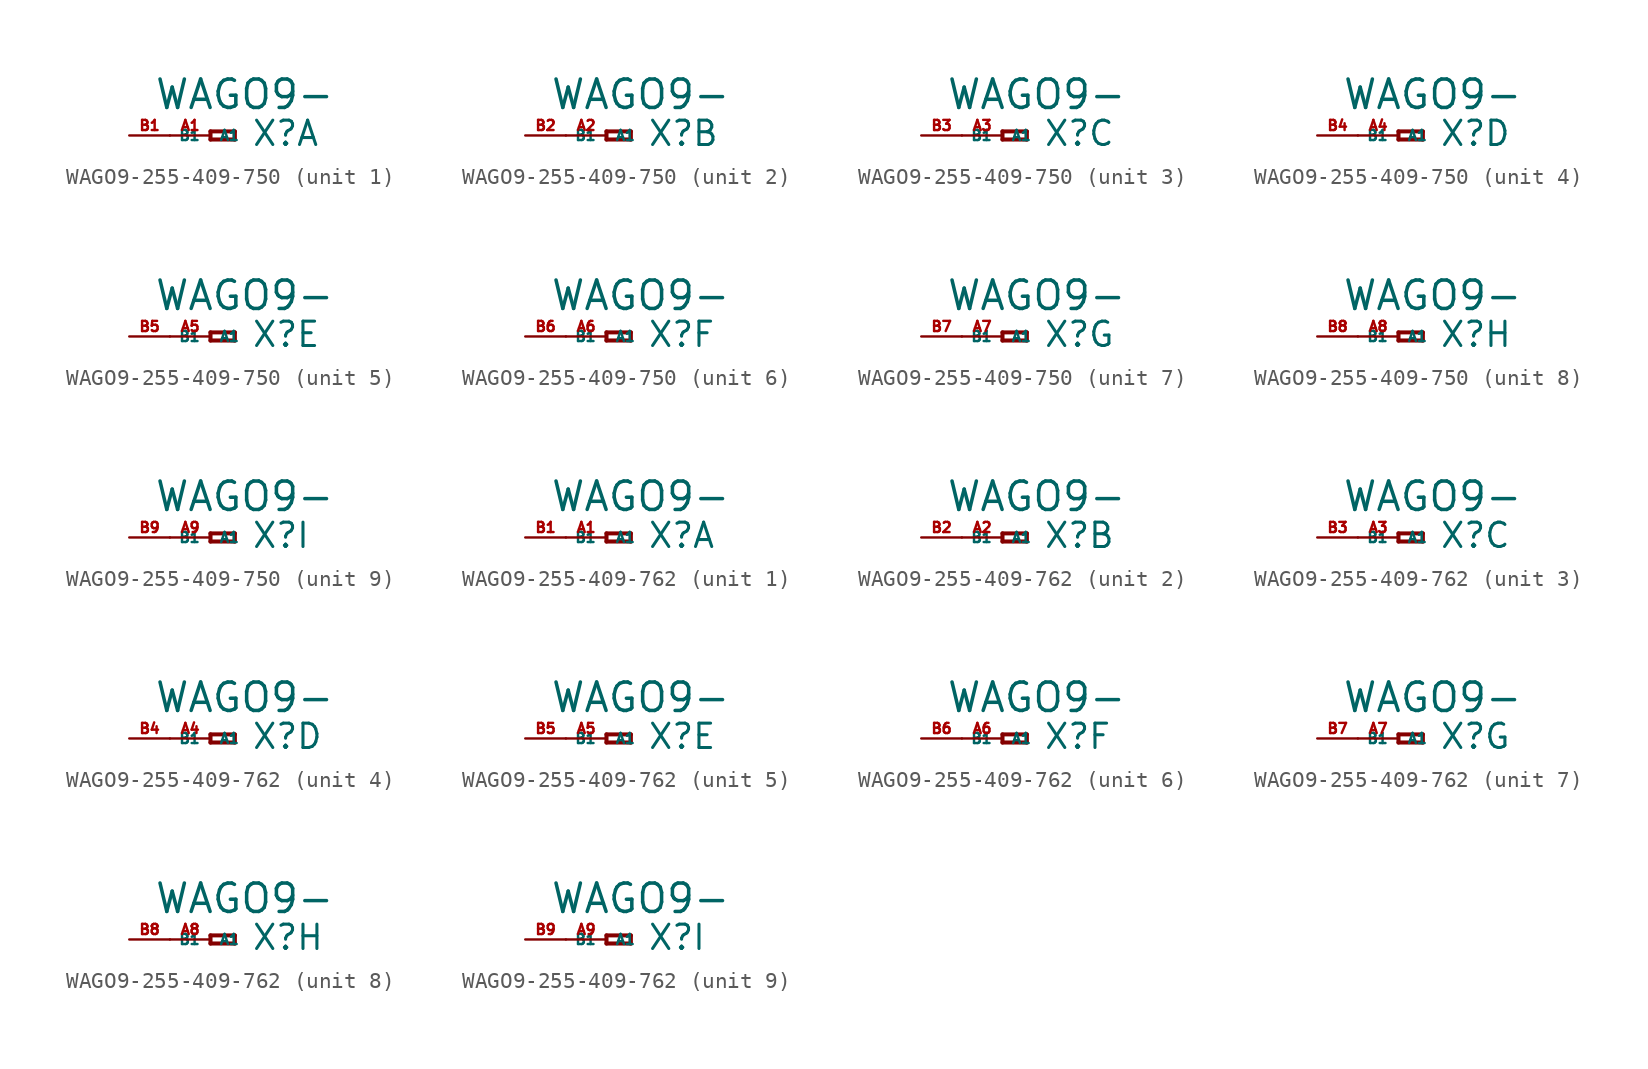
<source format=kicad_sym>
(kicad_symbol_lib
  (version 20220914)
  (generator Eagle2Kicad)
  (symbol "WAGO9-255-409-750"
    (property "Reference" "X"
      (at 2.54 -0.762 0)
      (effects (font (size 1.524 1.524) (thickness 0.19)) (justify left bottom)))
    (property "Value" "WAGO9-"
      (at -3.556 1.524 0)
      (effects (font (size 1.778 1.778) (thickness 0.22)) (justify left bottom)))
    (symbol "WAGO9-255-409-750_1_0"
      (polyline (pts (xy 0 0.254) (xy 0 -0.254)) (stroke (width 0.254) (type default)) (fill (type none)))
      (polyline (pts (xy 0 -0.254) (xy 1.524 -0.254)) (stroke (width 0.254) (type default)) (fill (type none)))
      (polyline (pts (xy 1.524 -0.254) (xy 1.524 0.254)) (stroke (width 0.254) (type default)) (fill (type none)))
      (polyline (pts (xy 1.524 0.254) (xy 0 0.254)) (stroke (width 0.254) (type default)) (fill (type none)))
      (pin passive line (at -2.54 0 0) (length 2.54) (name "A1" (effects (font (size 0.635 0.635) (thickness 0.08)) (justify left bottom))) (number "A1" (effects (font (size 0.635 0.635) (thickness 0.08)) (justify left bottom))))
      (pin passive line (at -5.08 0 0) (length 2.54) (name "B1" (effects (font (size 0.635 0.635) (thickness 0.08)) (justify left bottom))) (number "B1" (effects (font (size 0.635 0.635) (thickness 0.08)) (justify left bottom)))))
    (symbol "WAGO9-255-409-750_2_0"
      (polyline (pts (xy 0 0.254) (xy 0 -0.254)) (stroke (width 0.254) (type default)) (fill (type none)))
      (polyline (pts (xy 0 -0.254) (xy 1.524 -0.254)) (stroke (width 0.254) (type default)) (fill (type none)))
      (polyline (pts (xy 1.524 -0.254) (xy 1.524 0.254)) (stroke (width 0.254) (type default)) (fill (type none)))
      (polyline (pts (xy 1.524 0.254) (xy 0 0.254)) (stroke (width 0.254) (type default)) (fill (type none)))
      (pin passive line (at -2.54 0 0) (length 2.54) (name "A1" (effects (font (size 0.635 0.635) (thickness 0.08)) (justify left bottom))) (number "A2" (effects (font (size 0.635 0.635) (thickness 0.08)) (justify left bottom))))
      (pin passive line (at -5.08 0 0) (length 2.54) (name "B1" (effects (font (size 0.635 0.635) (thickness 0.08)) (justify left bottom))) (number "B2" (effects (font (size 0.635 0.635) (thickness 0.08)) (justify left bottom)))))
    (symbol "WAGO9-255-409-750_3_0"
      (polyline (pts (xy 0 0.254) (xy 0 -0.254)) (stroke (width 0.254) (type default)) (fill (type none)))
      (polyline (pts (xy 0 -0.254) (xy 1.524 -0.254)) (stroke (width 0.254) (type default)) (fill (type none)))
      (polyline (pts (xy 1.524 -0.254) (xy 1.524 0.254)) (stroke (width 0.254) (type default)) (fill (type none)))
      (polyline (pts (xy 1.524 0.254) (xy 0 0.254)) (stroke (width 0.254) (type default)) (fill (type none)))
      (pin passive line (at -2.54 0 0) (length 2.54) (name "A1" (effects (font (size 0.635 0.635) (thickness 0.08)) (justify left bottom))) (number "A3" (effects (font (size 0.635 0.635) (thickness 0.08)) (justify left bottom))))
      (pin passive line (at -5.08 0 0) (length 2.54) (name "B1" (effects (font (size 0.635 0.635) (thickness 0.08)) (justify left bottom))) (number "B3" (effects (font (size 0.635 0.635) (thickness 0.08)) (justify left bottom)))))
    (symbol "WAGO9-255-409-750_4_0"
      (polyline (pts (xy 0 0.254) (xy 0 -0.254)) (stroke (width 0.254) (type default)) (fill (type none)))
      (polyline (pts (xy 0 -0.254) (xy 1.524 -0.254)) (stroke (width 0.254) (type default)) (fill (type none)))
      (polyline (pts (xy 1.524 -0.254) (xy 1.524 0.254)) (stroke (width 0.254) (type default)) (fill (type none)))
      (polyline (pts (xy 1.524 0.254) (xy 0 0.254)) (stroke (width 0.254) (type default)) (fill (type none)))
      (pin passive line (at -2.54 0 0) (length 2.54) (name "A1" (effects (font (size 0.635 0.635) (thickness 0.08)) (justify left bottom))) (number "A4" (effects (font (size 0.635 0.635) (thickness 0.08)) (justify left bottom))))
      (pin passive line (at -5.08 0 0) (length 2.54) (name "B1" (effects (font (size 0.635 0.635) (thickness 0.08)) (justify left bottom))) (number "B4" (effects (font (size 0.635 0.635) (thickness 0.08)) (justify left bottom)))))
    (symbol "WAGO9-255-409-750_5_0"
      (polyline (pts (xy 0 0.254) (xy 0 -0.254)) (stroke (width 0.254) (type default)) (fill (type none)))
      (polyline (pts (xy 0 -0.254) (xy 1.524 -0.254)) (stroke (width 0.254) (type default)) (fill (type none)))
      (polyline (pts (xy 1.524 -0.254) (xy 1.524 0.254)) (stroke (width 0.254) (type default)) (fill (type none)))
      (polyline (pts (xy 1.524 0.254) (xy 0 0.254)) (stroke (width 0.254) (type default)) (fill (type none)))
      (pin passive line (at -2.54 0 0) (length 2.54) (name "A1" (effects (font (size 0.635 0.635) (thickness 0.08)) (justify left bottom))) (number "A5" (effects (font (size 0.635 0.635) (thickness 0.08)) (justify left bottom))))
      (pin passive line (at -5.08 0 0) (length 2.54) (name "B1" (effects (font (size 0.635 0.635) (thickness 0.08)) (justify left bottom))) (number "B5" (effects (font (size 0.635 0.635) (thickness 0.08)) (justify left bottom)))))
    (symbol "WAGO9-255-409-750_6_0"
      (polyline (pts (xy 0 0.254) (xy 0 -0.254)) (stroke (width 0.254) (type default)) (fill (type none)))
      (polyline (pts (xy 0 -0.254) (xy 1.524 -0.254)) (stroke (width 0.254) (type default)) (fill (type none)))
      (polyline (pts (xy 1.524 -0.254) (xy 1.524 0.254)) (stroke (width 0.254) (type default)) (fill (type none)))
      (polyline (pts (xy 1.524 0.254) (xy 0 0.254)) (stroke (width 0.254) (type default)) (fill (type none)))
      (pin passive line (at -2.54 0 0) (length 2.54) (name "A1" (effects (font (size 0.635 0.635) (thickness 0.08)) (justify left bottom))) (number "A6" (effects (font (size 0.635 0.635) (thickness 0.08)) (justify left bottom))))
      (pin passive line (at -5.08 0 0) (length 2.54) (name "B1" (effects (font (size 0.635 0.635) (thickness 0.08)) (justify left bottom))) (number "B6" (effects (font (size 0.635 0.635) (thickness 0.08)) (justify left bottom)))))
    (symbol "WAGO9-255-409-750_7_0"
      (polyline (pts (xy 0 0.254) (xy 0 -0.254)) (stroke (width 0.254) (type default)) (fill (type none)))
      (polyline (pts (xy 0 -0.254) (xy 1.524 -0.254)) (stroke (width 0.254) (type default)) (fill (type none)))
      (polyline (pts (xy 1.524 -0.254) (xy 1.524 0.254)) (stroke (width 0.254) (type default)) (fill (type none)))
      (polyline (pts (xy 1.524 0.254) (xy 0 0.254)) (stroke (width 0.254) (type default)) (fill (type none)))
      (pin passive line (at -2.54 0 0) (length 2.54) (name "A1" (effects (font (size 0.635 0.635) (thickness 0.08)) (justify left bottom))) (number "A7" (effects (font (size 0.635 0.635) (thickness 0.08)) (justify left bottom))))
      (pin passive line (at -5.08 0 0) (length 2.54) (name "B1" (effects (font (size 0.635 0.635) (thickness 0.08)) (justify left bottom))) (number "B7" (effects (font (size 0.635 0.635) (thickness 0.08)) (justify left bottom)))))
    (symbol "WAGO9-255-409-750_8_0"
      (polyline (pts (xy 0 0.254) (xy 0 -0.254)) (stroke (width 0.254) (type default)) (fill (type none)))
      (polyline (pts (xy 0 -0.254) (xy 1.524 -0.254)) (stroke (width 0.254) (type default)) (fill (type none)))
      (polyline (pts (xy 1.524 -0.254) (xy 1.524 0.254)) (stroke (width 0.254) (type default)) (fill (type none)))
      (polyline (pts (xy 1.524 0.254) (xy 0 0.254)) (stroke (width 0.254) (type default)) (fill (type none)))
      (pin passive line (at -2.54 0 0) (length 2.54) (name "A1" (effects (font (size 0.635 0.635) (thickness 0.08)) (justify left bottom))) (number "A8" (effects (font (size 0.635 0.635) (thickness 0.08)) (justify left bottom))))
      (pin passive line (at -5.08 0 0) (length 2.54) (name "B1" (effects (font (size 0.635 0.635) (thickness 0.08)) (justify left bottom))) (number "B8" (effects (font (size 0.635 0.635) (thickness 0.08)) (justify left bottom)))))
    (symbol "WAGO9-255-409-750_9_0"
      (polyline (pts (xy 0 0.254) (xy 0 -0.254)) (stroke (width 0.254) (type default)) (fill (type none)))
      (polyline (pts (xy 0 -0.254) (xy 1.524 -0.254)) (stroke (width 0.254) (type default)) (fill (type none)))
      (polyline (pts (xy 1.524 -0.254) (xy 1.524 0.254)) (stroke (width 0.254) (type default)) (fill (type none)))
      (polyline (pts (xy 1.524 0.254) (xy 0 0.254)) (stroke (width 0.254) (type default)) (fill (type none)))
      (pin passive line (at -2.54 0 0) (length 2.54) (name "A1" (effects (font (size 0.635 0.635) (thickness 0.08)) (justify left bottom))) (number "A9" (effects (font (size 0.635 0.635) (thickness 0.08)) (justify left bottom))))
      (pin passive line (at -5.08 0 0) (length 2.54) (name "B1" (effects (font (size 0.635 0.635) (thickness 0.08)) (justify left bottom))) (number "B9" (effects (font (size 0.635 0.635) (thickness 0.08)) (justify left bottom))))))
  (symbol "WAGO9-255-409-762"
    (property "Reference" "X"
      (at 2.54 -0.762 0)
      (effects (font (size 1.524 1.524) (thickness 0.19)) (justify left bottom)))
    (property "Value" "WAGO9-"
      (at -3.556 1.524 0)
      (effects (font (size 1.778 1.778) (thickness 0.22)) (justify left bottom)))
    (symbol "WAGO9-255-409-762_1_0"
      (polyline (pts (xy 0 0.254) (xy 0 -0.254)) (stroke (width 0.254) (type default)) (fill (type none)))
      (polyline (pts (xy 0 -0.254) (xy 1.524 -0.254)) (stroke (width 0.254) (type default)) (fill (type none)))
      (polyline (pts (xy 1.524 -0.254) (xy 1.524 0.254)) (stroke (width 0.254) (type default)) (fill (type none)))
      (polyline (pts (xy 1.524 0.254) (xy 0 0.254)) (stroke (width 0.254) (type default)) (fill (type none)))
      (pin passive line (at -2.54 0 0) (length 2.54) (name "A1" (effects (font (size 0.635 0.635) (thickness 0.08)) (justify left bottom))) (number "A1" (effects (font (size 0.635 0.635) (thickness 0.08)) (justify left bottom))))
      (pin passive line (at -5.08 0 0) (length 2.54) (name "B1" (effects (font (size 0.635 0.635) (thickness 0.08)) (justify left bottom))) (number "B1" (effects (font (size 0.635 0.635) (thickness 0.08)) (justify left bottom)))))
    (symbol "WAGO9-255-409-762_2_0"
      (polyline (pts (xy 0 0.254) (xy 0 -0.254)) (stroke (width 0.254) (type default)) (fill (type none)))
      (polyline (pts (xy 0 -0.254) (xy 1.524 -0.254)) (stroke (width 0.254) (type default)) (fill (type none)))
      (polyline (pts (xy 1.524 -0.254) (xy 1.524 0.254)) (stroke (width 0.254) (type default)) (fill (type none)))
      (polyline (pts (xy 1.524 0.254) (xy 0 0.254)) (stroke (width 0.254) (type default)) (fill (type none)))
      (pin passive line (at -2.54 0 0) (length 2.54) (name "A1" (effects (font (size 0.635 0.635) (thickness 0.08)) (justify left bottom))) (number "A2" (effects (font (size 0.635 0.635) (thickness 0.08)) (justify left bottom))))
      (pin passive line (at -5.08 0 0) (length 2.54) (name "B1" (effects (font (size 0.635 0.635) (thickness 0.08)) (justify left bottom))) (number "B2" (effects (font (size 0.635 0.635) (thickness 0.08)) (justify left bottom)))))
    (symbol "WAGO9-255-409-762_3_0"
      (polyline (pts (xy 0 0.254) (xy 0 -0.254)) (stroke (width 0.254) (type default)) (fill (type none)))
      (polyline (pts (xy 0 -0.254) (xy 1.524 -0.254)) (stroke (width 0.254) (type default)) (fill (type none)))
      (polyline (pts (xy 1.524 -0.254) (xy 1.524 0.254)) (stroke (width 0.254) (type default)) (fill (type none)))
      (polyline (pts (xy 1.524 0.254) (xy 0 0.254)) (stroke (width 0.254) (type default)) (fill (type none)))
      (pin passive line (at -2.54 0 0) (length 2.54) (name "A1" (effects (font (size 0.635 0.635) (thickness 0.08)) (justify left bottom))) (number "A3" (effects (font (size 0.635 0.635) (thickness 0.08)) (justify left bottom))))
      (pin passive line (at -5.08 0 0) (length 2.54) (name "B1" (effects (font (size 0.635 0.635) (thickness 0.08)) (justify left bottom))) (number "B3" (effects (font (size 0.635 0.635) (thickness 0.08)) (justify left bottom)))))
    (symbol "WAGO9-255-409-762_4_0"
      (polyline (pts (xy 0 0.254) (xy 0 -0.254)) (stroke (width 0.254) (type default)) (fill (type none)))
      (polyline (pts (xy 0 -0.254) (xy 1.524 -0.254)) (stroke (width 0.254) (type default)) (fill (type none)))
      (polyline (pts (xy 1.524 -0.254) (xy 1.524 0.254)) (stroke (width 0.254) (type default)) (fill (type none)))
      (polyline (pts (xy 1.524 0.254) (xy 0 0.254)) (stroke (width 0.254) (type default)) (fill (type none)))
      (pin passive line (at -2.54 0 0) (length 2.54) (name "A1" (effects (font (size 0.635 0.635) (thickness 0.08)) (justify left bottom))) (number "A4" (effects (font (size 0.635 0.635) (thickness 0.08)) (justify left bottom))))
      (pin passive line (at -5.08 0 0) (length 2.54) (name "B1" (effects (font (size 0.635 0.635) (thickness 0.08)) (justify left bottom))) (number "B4" (effects (font (size 0.635 0.635) (thickness 0.08)) (justify left bottom)))))
    (symbol "WAGO9-255-409-762_5_0"
      (polyline (pts (xy 0 0.254) (xy 0 -0.254)) (stroke (width 0.254) (type default)) (fill (type none)))
      (polyline (pts (xy 0 -0.254) (xy 1.524 -0.254)) (stroke (width 0.254) (type default)) (fill (type none)))
      (polyline (pts (xy 1.524 -0.254) (xy 1.524 0.254)) (stroke (width 0.254) (type default)) (fill (type none)))
      (polyline (pts (xy 1.524 0.254) (xy 0 0.254)) (stroke (width 0.254) (type default)) (fill (type none)))
      (pin passive line (at -2.54 0 0) (length 2.54) (name "A1" (effects (font (size 0.635 0.635) (thickness 0.08)) (justify left bottom))) (number "A5" (effects (font (size 0.635 0.635) (thickness 0.08)) (justify left bottom))))
      (pin passive line (at -5.08 0 0) (length 2.54) (name "B1" (effects (font (size 0.635 0.635) (thickness 0.08)) (justify left bottom))) (number "B5" (effects (font (size 0.635 0.635) (thickness 0.08)) (justify left bottom)))))
    (symbol "WAGO9-255-409-762_6_0"
      (polyline (pts (xy 0 0.254) (xy 0 -0.254)) (stroke (width 0.254) (type default)) (fill (type none)))
      (polyline (pts (xy 0 -0.254) (xy 1.524 -0.254)) (stroke (width 0.254) (type default)) (fill (type none)))
      (polyline (pts (xy 1.524 -0.254) (xy 1.524 0.254)) (stroke (width 0.254) (type default)) (fill (type none)))
      (polyline (pts (xy 1.524 0.254) (xy 0 0.254)) (stroke (width 0.254) (type default)) (fill (type none)))
      (pin passive line (at -2.54 0 0) (length 2.54) (name "A1" (effects (font (size 0.635 0.635) (thickness 0.08)) (justify left bottom))) (number "A6" (effects (font (size 0.635 0.635) (thickness 0.08)) (justify left bottom))))
      (pin passive line (at -5.08 0 0) (length 2.54) (name "B1" (effects (font (size 0.635 0.635) (thickness 0.08)) (justify left bottom))) (number "B6" (effects (font (size 0.635 0.635) (thickness 0.08)) (justify left bottom)))))
    (symbol "WAGO9-255-409-762_7_0"
      (polyline (pts (xy 0 0.254) (xy 0 -0.254)) (stroke (width 0.254) (type default)) (fill (type none)))
      (polyline (pts (xy 0 -0.254) (xy 1.524 -0.254)) (stroke (width 0.254) (type default)) (fill (type none)))
      (polyline (pts (xy 1.524 -0.254) (xy 1.524 0.254)) (stroke (width 0.254) (type default)) (fill (type none)))
      (polyline (pts (xy 1.524 0.254) (xy 0 0.254)) (stroke (width 0.254) (type default)) (fill (type none)))
      (pin passive line (at -2.54 0 0) (length 2.54) (name "A1" (effects (font (size 0.635 0.635) (thickness 0.08)) (justify left bottom))) (number "A7" (effects (font (size 0.635 0.635) (thickness 0.08)) (justify left bottom))))
      (pin passive line (at -5.08 0 0) (length 2.54) (name "B1" (effects (font (size 0.635 0.635) (thickness 0.08)) (justify left bottom))) (number "B7" (effects (font (size 0.635 0.635) (thickness 0.08)) (justify left bottom)))))
    (symbol "WAGO9-255-409-762_8_0"
      (polyline (pts (xy 0 0.254) (xy 0 -0.254)) (stroke (width 0.254) (type default)) (fill (type none)))
      (polyline (pts (xy 0 -0.254) (xy 1.524 -0.254)) (stroke (width 0.254) (type default)) (fill (type none)))
      (polyline (pts (xy 1.524 -0.254) (xy 1.524 0.254)) (stroke (width 0.254) (type default)) (fill (type none)))
      (polyline (pts (xy 1.524 0.254) (xy 0 0.254)) (stroke (width 0.254) (type default)) (fill (type none)))
      (pin passive line (at -2.54 0 0) (length 2.54) (name "A1" (effects (font (size 0.635 0.635) (thickness 0.08)) (justify left bottom))) (number "A8" (effects (font (size 0.635 0.635) (thickness 0.08)) (justify left bottom))))
      (pin passive line (at -5.08 0 0) (length 2.54) (name "B1" (effects (font (size 0.635 0.635) (thickness 0.08)) (justify left bottom))) (number "B8" (effects (font (size 0.635 0.635) (thickness 0.08)) (justify left bottom)))))
    (symbol "WAGO9-255-409-762_9_0"
      (polyline (pts (xy 0 0.254) (xy 0 -0.254)) (stroke (width 0.254) (type default)) (fill (type none)))
      (polyline (pts (xy 0 -0.254) (xy 1.524 -0.254)) (stroke (width 0.254) (type default)) (fill (type none)))
      (polyline (pts (xy 1.524 -0.254) (xy 1.524 0.254)) (stroke (width 0.254) (type default)) (fill (type none)))
      (polyline (pts (xy 1.524 0.254) (xy 0 0.254)) (stroke (width 0.254) (type default)) (fill (type none)))
      (pin passive line (at -2.54 0 0) (length 2.54) (name "A1" (effects (font (size 0.635 0.635) (thickness 0.08)) (justify left bottom))) (number "A9" (effects (font (size 0.635 0.635) (thickness 0.08)) (justify left bottom))))
      (pin passive line (at -5.08 0 0) (length 2.54) (name "B1" (effects (font (size 0.635 0.635) (thickness 0.08)) (justify left bottom))) (number "B9" (effects (font (size 0.635 0.635) (thickness 0.08)) (justify left bottom)))))))
</source>
